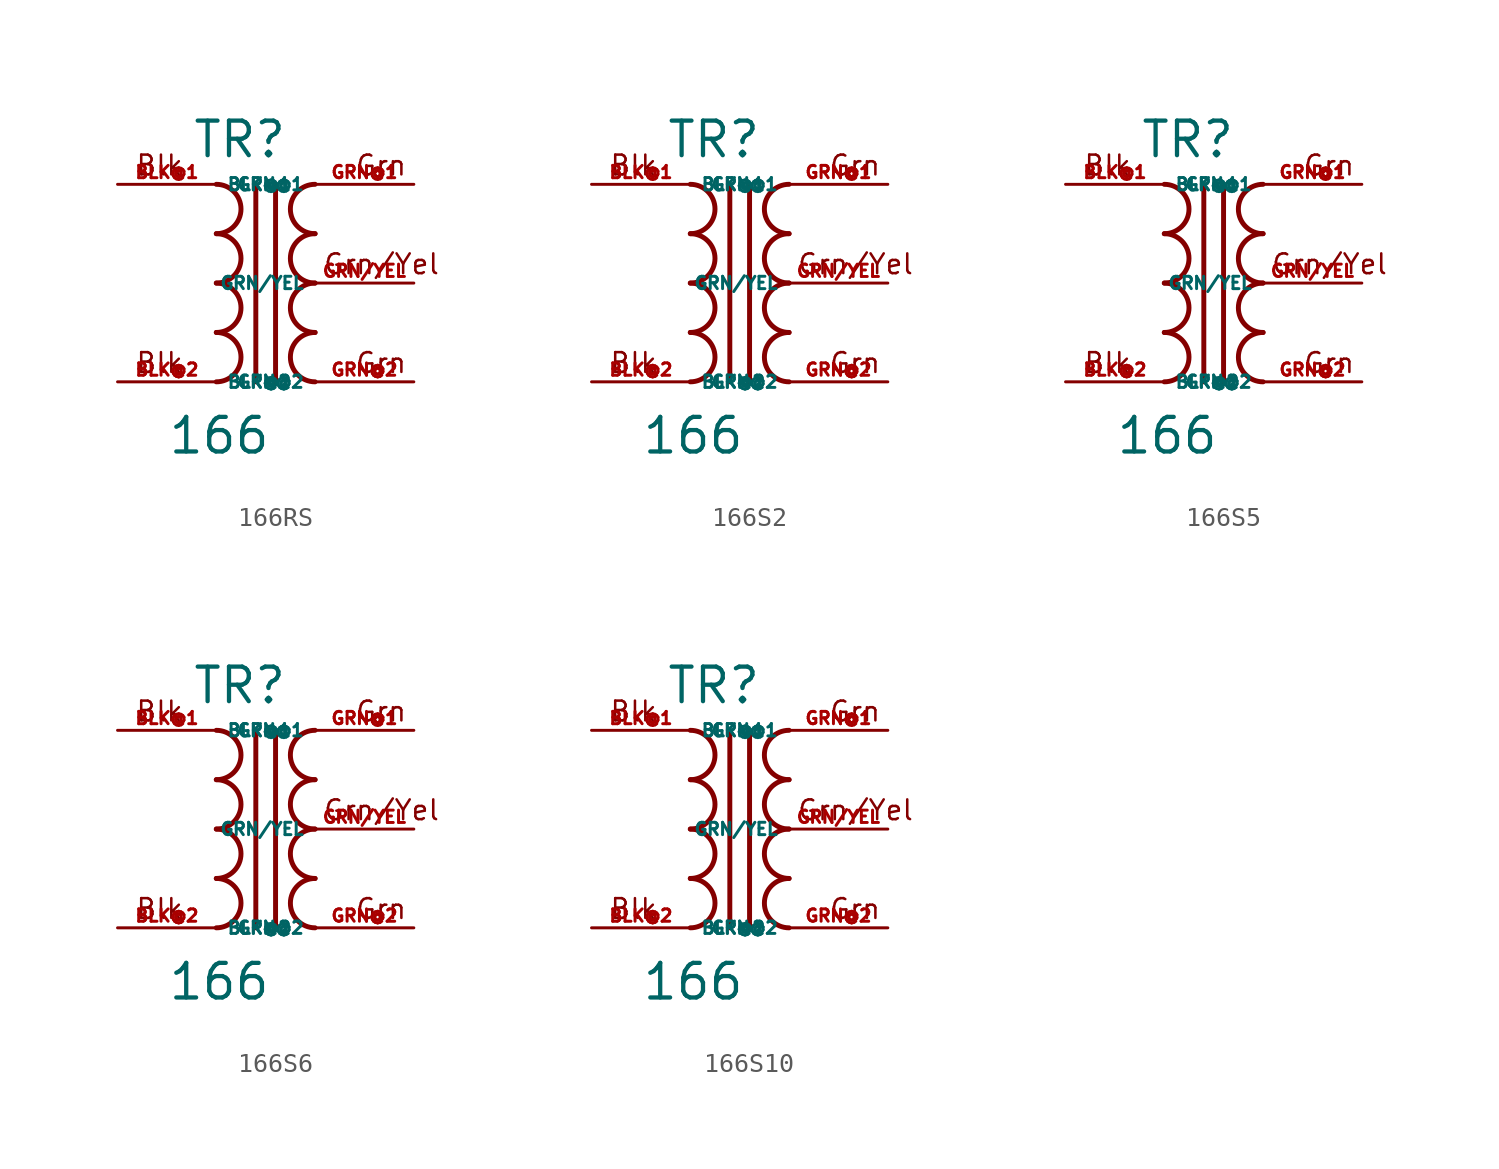
<source format=kicad_sym>
(kicad_symbol_lib
  (version 20220914)
  (generator Eagle2Kicad)
  (symbol "166RS"
    (property "Reference" "TR"
      (at -3.81 6.35 0)
      (effects (font (size 1.778 1.778) (thickness 0.22)) (justify left bottom)))
    (property "Value" "166"
      (at -5.08 -8.89 0)
      (effects (font (size 1.778 1.778) (thickness 0.22)) (justify left bottom)))
    (polyline
      (pts (xy -0.508 5.08) (xy -0.508 -5.08))
      (stroke (width 0.254) (type default))
      (fill (type none)))
    (arc
      (start -2.54 0)
      (mid -1.270 1.270)
      (end -2.54 2.54)
      (stroke (width 0.254) (type default))
      (fill (type none)))
    (arc
      (start -2.54 -2.54)
      (mid -1.270 -1.270)
      (end -2.54 0)
      (stroke (width 0.254) (type default))
      (fill (type none)))
    (arc
      (start -2.54 -5.08)
      (mid -1.270 -3.810)
      (end -2.54 -2.54)
      (stroke (width 0.254) (type default))
      (fill (type none)))
    (arc
      (start -2.54 2.54)
      (mid -1.270 3.810)
      (end -2.54 5.08)
      (stroke (width 0.254) (type default))
      (fill (type none)))
    (arc
      (start 2.54 2.54)
      (mid 1.270 1.270)
      (end 2.54 0)
      (stroke (width 0.254) (type default))
      (fill (type none)))
    (arc
      (start 2.54 5.08)
      (mid 1.270 3.810)
      (end 2.54 2.54)
      (stroke (width 0.254) (type default))
      (fill (type none)))
    (arc
      (start 2.54 0)
      (mid 1.270 -1.270)
      (end 2.54 -2.54)
      (stroke (width 0.254) (type default))
      (fill (type none)))
    (arc
      (start 2.54 -2.54)
      (mid 1.270 -3.810)
      (end 2.54 -5.08)
      (stroke (width 0.254) (type default))
      (fill (type none)))
    (polyline
      (pts (xy 0.508 5.08) (xy 0.508 -5.08))
      (stroke (width 0.254) (type default))
      (fill (type none)))
    (text "Blk"
      (at -6.731 5.461 0)
      (effects (font (size 1.016 1.016) (thickness 0.13)) (justify left bottom)))
    (text "Blk"
      (at -6.731 -4.699 0)
      (effects (font (size 1.016 1.016) (thickness 0.13)) (justify left bottom)))
    (text "Grn"
      (at 4.572 5.461 0)
      (effects (font (size 1.016 1.016) (thickness 0.13)) (justify left bottom)))
    (text "Grn"
      (at 4.572 -4.699 0)
      (effects (font (size 1.016 1.016) (thickness 0.13)) (justify left bottom)))
    (text "Grn/Yel"
      (at 2.921 0.381 0)
      (effects (font (size 1.016 1.016) (thickness 0.13)) (justify left bottom)))
    (pin passive line
      (at -7.62 5.08 0)
      (length 5.08)
      (name "BLK@1" (effects (font (size 0.635 0.635) (thickness 0.08)) (justify left bottom)))
      (number "BLK@1" (effects (font (size 0.635 0.635) (thickness 0.08)) (justify left bottom))))
    (pin passive line
      (at -7.62 -5.08 0)
      (length 5.08)
      (name "BLK@2" (effects (font (size 0.635 0.635) (thickness 0.08)) (justify left bottom)))
      (number "BLK@2" (effects (font (size 0.635 0.635) (thickness 0.08)) (justify left bottom))))
    (pin passive line
      (at 7.62 5.08 180)
      (length 5.08)
      (name "GRN@1" (effects (font (size 0.635 0.635) (thickness 0.08)) (justify left bottom)))
      (number "GRN@1" (effects (font (size 0.635 0.635) (thickness 0.08)) (justify left bottom))))
    (pin passive line
      (at 7.62 0 180)
      (length 5.08)
      (name "GRN/YEL" (effects (font (size 0.635 0.635) (thickness 0.08)) (justify left bottom)))
      (number "GRN/YEL" (effects (font (size 0.635 0.635) (thickness 0.08)) (justify left bottom))))
    (pin passive line
      (at 7.62 -5.08 180)
      (length 5.08)
      (name "GRN@2" (effects (font (size 0.635 0.635) (thickness 0.08)) (justify left bottom)))
      (number "GRN@2" (effects (font (size 0.635 0.635) (thickness 0.08)) (justify left bottom)))))
  (symbol "166S2"
    (property "Reference" "TR"
      (at -3.81 6.35 0)
      (effects (font (size 1.778 1.778) (thickness 0.22)) (justify left bottom)))
    (property "Value" "166"
      (at -5.08 -8.89 0)
      (effects (font (size 1.778 1.778) (thickness 0.22)) (justify left bottom)))
    (polyline
      (pts (xy -0.508 5.08) (xy -0.508 -5.08))
      (stroke (width 0.254) (type default))
      (fill (type none)))
    (arc
      (start -2.54 0)
      (mid -1.270 1.270)
      (end -2.54 2.54)
      (stroke (width 0.254) (type default))
      (fill (type none)))
    (arc
      (start -2.54 -2.54)
      (mid -1.270 -1.270)
      (end -2.54 0)
      (stroke (width 0.254) (type default))
      (fill (type none)))
    (arc
      (start -2.54 -5.08)
      (mid -1.270 -3.810)
      (end -2.54 -2.54)
      (stroke (width 0.254) (type default))
      (fill (type none)))
    (arc
      (start -2.54 2.54)
      (mid -1.270 3.810)
      (end -2.54 5.08)
      (stroke (width 0.254) (type default))
      (fill (type none)))
    (arc
      (start 2.54 2.54)
      (mid 1.270 1.270)
      (end 2.54 0)
      (stroke (width 0.254) (type default))
      (fill (type none)))
    (arc
      (start 2.54 5.08)
      (mid 1.270 3.810)
      (end 2.54 2.54)
      (stroke (width 0.254) (type default))
      (fill (type none)))
    (arc
      (start 2.54 0)
      (mid 1.270 -1.270)
      (end 2.54 -2.54)
      (stroke (width 0.254) (type default))
      (fill (type none)))
    (arc
      (start 2.54 -2.54)
      (mid 1.270 -3.810)
      (end 2.54 -5.08)
      (stroke (width 0.254) (type default))
      (fill (type none)))
    (polyline
      (pts (xy 0.508 5.08) (xy 0.508 -5.08))
      (stroke (width 0.254) (type default))
      (fill (type none)))
    (text "Blk"
      (at -6.731 5.461 0)
      (effects (font (size 1.016 1.016) (thickness 0.13)) (justify left bottom)))
    (text "Blk"
      (at -6.731 -4.699 0)
      (effects (font (size 1.016 1.016) (thickness 0.13)) (justify left bottom)))
    (text "Grn"
      (at 4.572 5.461 0)
      (effects (font (size 1.016 1.016) (thickness 0.13)) (justify left bottom)))
    (text "Grn"
      (at 4.572 -4.699 0)
      (effects (font (size 1.016 1.016) (thickness 0.13)) (justify left bottom)))
    (text "Grn/Yel"
      (at 2.921 0.381 0)
      (effects (font (size 1.016 1.016) (thickness 0.13)) (justify left bottom)))
    (pin passive line
      (at -7.62 5.08 0)
      (length 5.08)
      (name "BLK@1" (effects (font (size 0.635 0.635) (thickness 0.08)) (justify left bottom)))
      (number "BLK@1" (effects (font (size 0.635 0.635) (thickness 0.08)) (justify left bottom))))
    (pin passive line
      (at -7.62 -5.08 0)
      (length 5.08)
      (name "BLK@2" (effects (font (size 0.635 0.635) (thickness 0.08)) (justify left bottom)))
      (number "BLK@2" (effects (font (size 0.635 0.635) (thickness 0.08)) (justify left bottom))))
    (pin passive line
      (at 7.62 5.08 180)
      (length 5.08)
      (name "GRN@1" (effects (font (size 0.635 0.635) (thickness 0.08)) (justify left bottom)))
      (number "GRN@1" (effects (font (size 0.635 0.635) (thickness 0.08)) (justify left bottom))))
    (pin passive line
      (at 7.62 0 180)
      (length 5.08)
      (name "GRN/YEL" (effects (font (size 0.635 0.635) (thickness 0.08)) (justify left bottom)))
      (number "GRN/YEL" (effects (font (size 0.635 0.635) (thickness 0.08)) (justify left bottom))))
    (pin passive line
      (at 7.62 -5.08 180)
      (length 5.08)
      (name "GRN@2" (effects (font (size 0.635 0.635) (thickness 0.08)) (justify left bottom)))
      (number "GRN@2" (effects (font (size 0.635 0.635) (thickness 0.08)) (justify left bottom)))))
  (symbol "166S5"
    (property "Reference" "TR"
      (at -3.81 6.35 0)
      (effects (font (size 1.778 1.778) (thickness 0.22)) (justify left bottom)))
    (property "Value" "166"
      (at -5.08 -8.89 0)
      (effects (font (size 1.778 1.778) (thickness 0.22)) (justify left bottom)))
    (polyline
      (pts (xy -0.508 5.08) (xy -0.508 -5.08))
      (stroke (width 0.254) (type default))
      (fill (type none)))
    (arc
      (start -2.54 0)
      (mid -1.270 1.270)
      (end -2.54 2.54)
      (stroke (width 0.254) (type default))
      (fill (type none)))
    (arc
      (start -2.54 -2.54)
      (mid -1.270 -1.270)
      (end -2.54 0)
      (stroke (width 0.254) (type default))
      (fill (type none)))
    (arc
      (start -2.54 -5.08)
      (mid -1.270 -3.810)
      (end -2.54 -2.54)
      (stroke (width 0.254) (type default))
      (fill (type none)))
    (arc
      (start -2.54 2.54)
      (mid -1.270 3.810)
      (end -2.54 5.08)
      (stroke (width 0.254) (type default))
      (fill (type none)))
    (arc
      (start 2.54 2.54)
      (mid 1.270 1.270)
      (end 2.54 0)
      (stroke (width 0.254) (type default))
      (fill (type none)))
    (arc
      (start 2.54 5.08)
      (mid 1.270 3.810)
      (end 2.54 2.54)
      (stroke (width 0.254) (type default))
      (fill (type none)))
    (arc
      (start 2.54 0)
      (mid 1.270 -1.270)
      (end 2.54 -2.54)
      (stroke (width 0.254) (type default))
      (fill (type none)))
    (arc
      (start 2.54 -2.54)
      (mid 1.270 -3.810)
      (end 2.54 -5.08)
      (stroke (width 0.254) (type default))
      (fill (type none)))
    (polyline
      (pts (xy 0.508 5.08) (xy 0.508 -5.08))
      (stroke (width 0.254) (type default))
      (fill (type none)))
    (text "Blk"
      (at -6.731 5.461 0)
      (effects (font (size 1.016 1.016) (thickness 0.13)) (justify left bottom)))
    (text "Blk"
      (at -6.731 -4.699 0)
      (effects (font (size 1.016 1.016) (thickness 0.13)) (justify left bottom)))
    (text "Grn"
      (at 4.572 5.461 0)
      (effects (font (size 1.016 1.016) (thickness 0.13)) (justify left bottom)))
    (text "Grn"
      (at 4.572 -4.699 0)
      (effects (font (size 1.016 1.016) (thickness 0.13)) (justify left bottom)))
    (text "Grn/Yel"
      (at 2.921 0.381 0)
      (effects (font (size 1.016 1.016) (thickness 0.13)) (justify left bottom)))
    (pin passive line
      (at -7.62 5.08 0)
      (length 5.08)
      (name "BLK@1" (effects (font (size 0.635 0.635) (thickness 0.08)) (justify left bottom)))
      (number "BLK@1" (effects (font (size 0.635 0.635) (thickness 0.08)) (justify left bottom))))
    (pin passive line
      (at -7.62 -5.08 0)
      (length 5.08)
      (name "BLK@2" (effects (font (size 0.635 0.635) (thickness 0.08)) (justify left bottom)))
      (number "BLK@2" (effects (font (size 0.635 0.635) (thickness 0.08)) (justify left bottom))))
    (pin passive line
      (at 7.62 5.08 180)
      (length 5.08)
      (name "GRN@1" (effects (font (size 0.635 0.635) (thickness 0.08)) (justify left bottom)))
      (number "GRN@1" (effects (font (size 0.635 0.635) (thickness 0.08)) (justify left bottom))))
    (pin passive line
      (at 7.62 0 180)
      (length 5.08)
      (name "GRN/YEL" (effects (font (size 0.635 0.635) (thickness 0.08)) (justify left bottom)))
      (number "GRN/YEL" (effects (font (size 0.635 0.635) (thickness 0.08)) (justify left bottom))))
    (pin passive line
      (at 7.62 -5.08 180)
      (length 5.08)
      (name "GRN@2" (effects (font (size 0.635 0.635) (thickness 0.08)) (justify left bottom)))
      (number "GRN@2" (effects (font (size 0.635 0.635) (thickness 0.08)) (justify left bottom)))))
  (symbol "166S6"
    (property "Reference" "TR"
      (at -3.81 6.35 0)
      (effects (font (size 1.778 1.778) (thickness 0.22)) (justify left bottom)))
    (property "Value" "166"
      (at -5.08 -8.89 0)
      (effects (font (size 1.778 1.778) (thickness 0.22)) (justify left bottom)))
    (polyline
      (pts (xy -0.508 5.08) (xy -0.508 -5.08))
      (stroke (width 0.254) (type default))
      (fill (type none)))
    (arc
      (start -2.54 0)
      (mid -1.270 1.270)
      (end -2.54 2.54)
      (stroke (width 0.254) (type default))
      (fill (type none)))
    (arc
      (start -2.54 -2.54)
      (mid -1.270 -1.270)
      (end -2.54 0)
      (stroke (width 0.254) (type default))
      (fill (type none)))
    (arc
      (start -2.54 -5.08)
      (mid -1.270 -3.810)
      (end -2.54 -2.54)
      (stroke (width 0.254) (type default))
      (fill (type none)))
    (arc
      (start -2.54 2.54)
      (mid -1.270 3.810)
      (end -2.54 5.08)
      (stroke (width 0.254) (type default))
      (fill (type none)))
    (arc
      (start 2.54 2.54)
      (mid 1.270 1.270)
      (end 2.54 0)
      (stroke (width 0.254) (type default))
      (fill (type none)))
    (arc
      (start 2.54 5.08)
      (mid 1.270 3.810)
      (end 2.54 2.54)
      (stroke (width 0.254) (type default))
      (fill (type none)))
    (arc
      (start 2.54 0)
      (mid 1.270 -1.270)
      (end 2.54 -2.54)
      (stroke (width 0.254) (type default))
      (fill (type none)))
    (arc
      (start 2.54 -2.54)
      (mid 1.270 -3.810)
      (end 2.54 -5.08)
      (stroke (width 0.254) (type default))
      (fill (type none)))
    (polyline
      (pts (xy 0.508 5.08) (xy 0.508 -5.08))
      (stroke (width 0.254) (type default))
      (fill (type none)))
    (text "Blk"
      (at -6.731 5.461 0)
      (effects (font (size 1.016 1.016) (thickness 0.13)) (justify left bottom)))
    (text "Blk"
      (at -6.731 -4.699 0)
      (effects (font (size 1.016 1.016) (thickness 0.13)) (justify left bottom)))
    (text "Grn"
      (at 4.572 5.461 0)
      (effects (font (size 1.016 1.016) (thickness 0.13)) (justify left bottom)))
    (text "Grn"
      (at 4.572 -4.699 0)
      (effects (font (size 1.016 1.016) (thickness 0.13)) (justify left bottom)))
    (text "Grn/Yel"
      (at 2.921 0.381 0)
      (effects (font (size 1.016 1.016) (thickness 0.13)) (justify left bottom)))
    (pin passive line
      (at -7.62 5.08 0)
      (length 5.08)
      (name "BLK@1" (effects (font (size 0.635 0.635) (thickness 0.08)) (justify left bottom)))
      (number "BLK@1" (effects (font (size 0.635 0.635) (thickness 0.08)) (justify left bottom))))
    (pin passive line
      (at -7.62 -5.08 0)
      (length 5.08)
      (name "BLK@2" (effects (font (size 0.635 0.635) (thickness 0.08)) (justify left bottom)))
      (number "BLK@2" (effects (font (size 0.635 0.635) (thickness 0.08)) (justify left bottom))))
    (pin passive line
      (at 7.62 5.08 180)
      (length 5.08)
      (name "GRN@1" (effects (font (size 0.635 0.635) (thickness 0.08)) (justify left bottom)))
      (number "GRN@1" (effects (font (size 0.635 0.635) (thickness 0.08)) (justify left bottom))))
    (pin passive line
      (at 7.62 0 180)
      (length 5.08)
      (name "GRN/YEL" (effects (font (size 0.635 0.635) (thickness 0.08)) (justify left bottom)))
      (number "GRN/YEL" (effects (font (size 0.635 0.635) (thickness 0.08)) (justify left bottom))))
    (pin passive line
      (at 7.62 -5.08 180)
      (length 5.08)
      (name "GRN@2" (effects (font (size 0.635 0.635) (thickness 0.08)) (justify left bottom)))
      (number "GRN@2" (effects (font (size 0.635 0.635) (thickness 0.08)) (justify left bottom)))))
  (symbol "166S10"
    (property "Reference" "TR"
      (at -3.81 6.35 0)
      (effects (font (size 1.778 1.778) (thickness 0.22)) (justify left bottom)))
    (property "Value" "166"
      (at -5.08 -8.89 0)
      (effects (font (size 1.778 1.778) (thickness 0.22)) (justify left bottom)))
    (polyline
      (pts (xy -0.508 5.08) (xy -0.508 -5.08))
      (stroke (width 0.254) (type default))
      (fill (type none)))
    (arc
      (start -2.54 0)
      (mid -1.270 1.270)
      (end -2.54 2.54)
      (stroke (width 0.254) (type default))
      (fill (type none)))
    (arc
      (start -2.54 -2.54)
      (mid -1.270 -1.270)
      (end -2.54 0)
      (stroke (width 0.254) (type default))
      (fill (type none)))
    (arc
      (start -2.54 -5.08)
      (mid -1.270 -3.810)
      (end -2.54 -2.54)
      (stroke (width 0.254) (type default))
      (fill (type none)))
    (arc
      (start -2.54 2.54)
      (mid -1.270 3.810)
      (end -2.54 5.08)
      (stroke (width 0.254) (type default))
      (fill (type none)))
    (arc
      (start 2.54 2.54)
      (mid 1.270 1.270)
      (end 2.54 0)
      (stroke (width 0.254) (type default))
      (fill (type none)))
    (arc
      (start 2.54 5.08)
      (mid 1.270 3.810)
      (end 2.54 2.54)
      (stroke (width 0.254) (type default))
      (fill (type none)))
    (arc
      (start 2.54 0)
      (mid 1.270 -1.270)
      (end 2.54 -2.54)
      (stroke (width 0.254) (type default))
      (fill (type none)))
    (arc
      (start 2.54 -2.54)
      (mid 1.270 -3.810)
      (end 2.54 -5.08)
      (stroke (width 0.254) (type default))
      (fill (type none)))
    (polyline
      (pts (xy 0.508 5.08) (xy 0.508 -5.08))
      (stroke (width 0.254) (type default))
      (fill (type none)))
    (text "Blk"
      (at -6.731 5.461 0)
      (effects (font (size 1.016 1.016) (thickness 0.13)) (justify left bottom)))
    (text "Blk"
      (at -6.731 -4.699 0)
      (effects (font (size 1.016 1.016) (thickness 0.13)) (justify left bottom)))
    (text "Grn"
      (at 4.572 5.461 0)
      (effects (font (size 1.016 1.016) (thickness 0.13)) (justify left bottom)))
    (text "Grn"
      (at 4.572 -4.699 0)
      (effects (font (size 1.016 1.016) (thickness 0.13)) (justify left bottom)))
    (text "Grn/Yel"
      (at 2.921 0.381 0)
      (effects (font (size 1.016 1.016) (thickness 0.13)) (justify left bottom)))
    (pin passive line
      (at -7.62 5.08 0)
      (length 5.08)
      (name "BLK@1" (effects (font (size 0.635 0.635) (thickness 0.08)) (justify left bottom)))
      (number "BLK@1" (effects (font (size 0.635 0.635) (thickness 0.08)) (justify left bottom))))
    (pin passive line
      (at -7.62 -5.08 0)
      (length 5.08)
      (name "BLK@2" (effects (font (size 0.635 0.635) (thickness 0.08)) (justify left bottom)))
      (number "BLK@2" (effects (font (size 0.635 0.635) (thickness 0.08)) (justify left bottom))))
    (pin passive line
      (at 7.62 5.08 180)
      (length 5.08)
      (name "GRN@1" (effects (font (size 0.635 0.635) (thickness 0.08)) (justify left bottom)))
      (number "GRN@1" (effects (font (size 0.635 0.635) (thickness 0.08)) (justify left bottom))))
    (pin passive line
      (at 7.62 0 180)
      (length 5.08)
      (name "GRN/YEL" (effects (font (size 0.635 0.635) (thickness 0.08)) (justify left bottom)))
      (number "GRN/YEL" (effects (font (size 0.635 0.635) (thickness 0.08)) (justify left bottom))))
    (pin passive line
      (at 7.62 -5.08 180)
      (length 5.08)
      (name "GRN@2" (effects (font (size 0.635 0.635) (thickness 0.08)) (justify left bottom)))
      (number "GRN@2" (effects (font (size 0.635 0.635) (thickness 0.08)) (justify left bottom))))))
</source>
